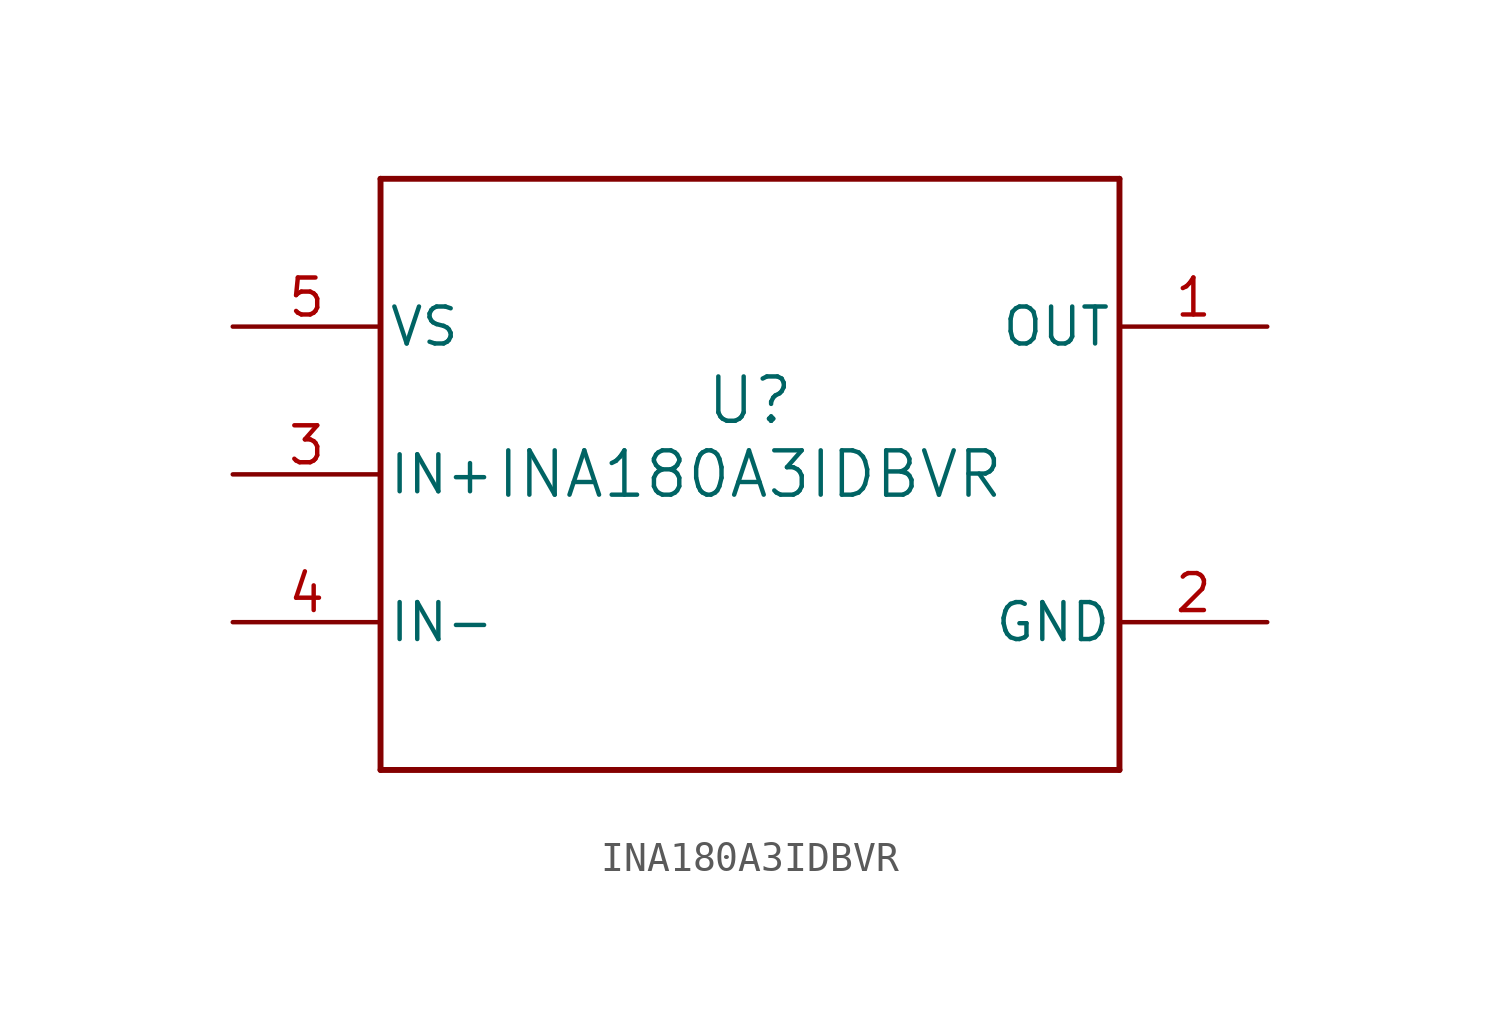
<source format=kicad_sym>
(kicad_symbol_lib
  (version 20211014)
  (generator kicad_symbol_editor)
  (symbol "INA180A3IDBVR"
    (pin_names
      (offset 0.254))
    (property "Reference" "U"
      (at 0 2.54 0)
      (effects (font (size 1.524 1.524))))
    (property "Value" "INA180A3IDBVR"
      (at 0 0 0)
      (effects (font (size 1.524 1.524))))
    (symbol "INA180A3IDBVR_0_1"
      (polyline (pts (xy -12.7 -10.16) (xy 12.7 -10.16)) (stroke (width 0.203) (type default) (color 0 0 0 0)) (fill (type none)))
      (polyline (pts (xy 12.7 -10.16) (xy 12.7 10.16)) (stroke (width 0.203) (type default) (color 0 0 0 0)) (fill (type none)))
      (polyline (pts (xy 12.7 10.16) (xy -12.7 10.16)) (stroke (width 0.203) (type default) (color 0 0 0 0)) (fill (type none)))
      (polyline (pts (xy -12.7 10.16) (xy -12.7 -10.16)) (stroke (width 0.203) (type default) (color 0 0 0 0)) (fill (type none)))
      (pin output line (at 17.78 5.08 180) (length 5.08) (name "OUT" (effects (font (size 1.27 1.27)))) (number "1" (effects (font (size 1.27 1.27)))))
      (pin power_in line (at 17.78 -5.08 180) (length 5.08) (name "GND" (effects (font (size 1.27 1.27)))) (number "2" (effects (font (size 1.27 1.27)))))
      (pin input line (at -17.78 0 0) (length 5.08) (name "IN+" (effects (font (size 1.27 1.27)))) (number "3" (effects (font (size 1.27 1.27)))))
      (pin input line (at -17.78 -5.08 0) (length 5.08) (name "IN-" (effects (font (size 1.27 1.27)))) (number "4" (effects (font (size 1.27 1.27)))))
      (pin power_in line (at -17.78 5.08 0) (length 5.08) (name "VS" (effects (font (size 1.27 1.27)))) (number "5" (effects (font (size 1.27 1.27))))))))
</source>
